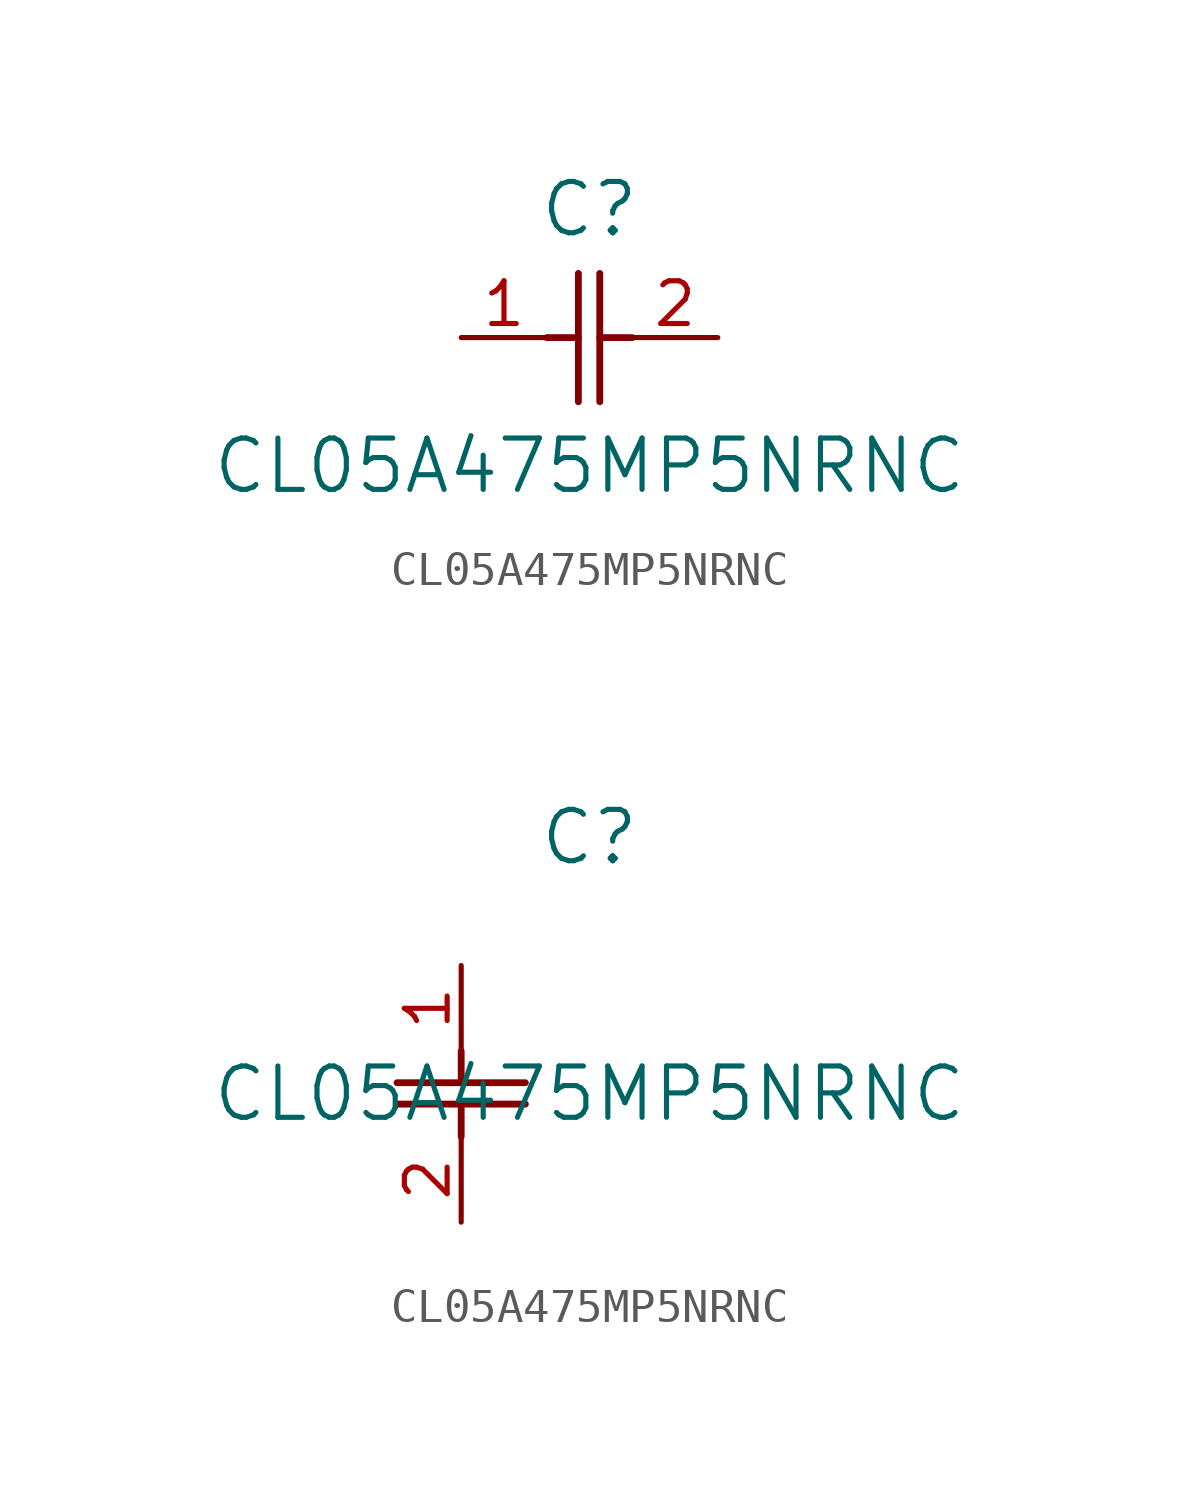
<source format=kicad_sym>
(kicad_symbol_lib
  (version 20211014)
  (generator kicad_symbol_editor)
  (symbol "CL05A475MP5NRNC"
    (pin_names
      (offset 0.254))
    (property "Reference" "C"
      (at 3.81 3.81 0)
      (effects (font (size 1.524 1.524))))
    (property "Value" "CL05A475MP5NRNC"
      (at 3.81 -3.81 0)
      (effects (font (size 1.524 1.524))))
    (symbol "CL05A475MP5NRNC_1_1"
      (polyline (pts (xy 3.48 -1.905) (xy 3.48 1.905)) (stroke (width 0.203) (type default) (color 0 0 0 0)) (fill (type none)))
      (polyline (pts (xy 4.115 -1.905) (xy 4.115 1.905)) (stroke (width 0.203) (type default) (color 0 0 0 0)) (fill (type none)))
      (polyline (pts (xy 4.115 0) (xy 5.08 0)) (stroke (width 0.203) (type default) (color 0 0 0 0)) (fill (type none)))
      (polyline (pts (xy 2.54 0) (xy 3.48 0)) (stroke (width 0.203) (type default) (color 0 0 0 0)) (fill (type none)))
      (pin unspecified line (at 0 0 0) (length 2.54) (name "" (effects (font (size 1.27 1.27)))) (number "1" (effects (font (size 1.27 1.27)))))
      (pin unspecified line (at 7.62 0 180) (length 2.54) (name "" (effects (font (size 1.27 1.27)))) (number "2" (effects (font (size 1.27 1.27))))))
    (symbol "CL05A475MP5NRNC_1_2"
      (polyline (pts (xy -1.905 -3.48) (xy 1.905 -3.48)) (stroke (width 0.203) (type default) (color 0 0 0 0)) (fill (type none)))
      (polyline (pts (xy -1.905 -4.115) (xy 1.905 -4.115)) (stroke (width 0.203) (type default) (color 0 0 0 0)) (fill (type none)))
      (polyline (pts (xy 0 -4.115) (xy 0 -5.08)) (stroke (width 0.203) (type default) (color 0 0 0 0)) (fill (type none)))
      (polyline (pts (xy 0 -2.54) (xy 0 -3.48)) (stroke (width 0.203) (type default) (color 0 0 0 0)) (fill (type none)))
      (pin unspecified line (at 0 0 270) (length 2.54) (name "" (effects (font (size 1.27 1.27)))) (number "1" (effects (font (size 1.27 1.27)))))
      (pin unspecified line (at 0 -7.62 90) (length 2.54) (name "" (effects (font (size 1.27 1.27)))) (number "2" (effects (font (size 1.27 1.27))))))))
</source>
